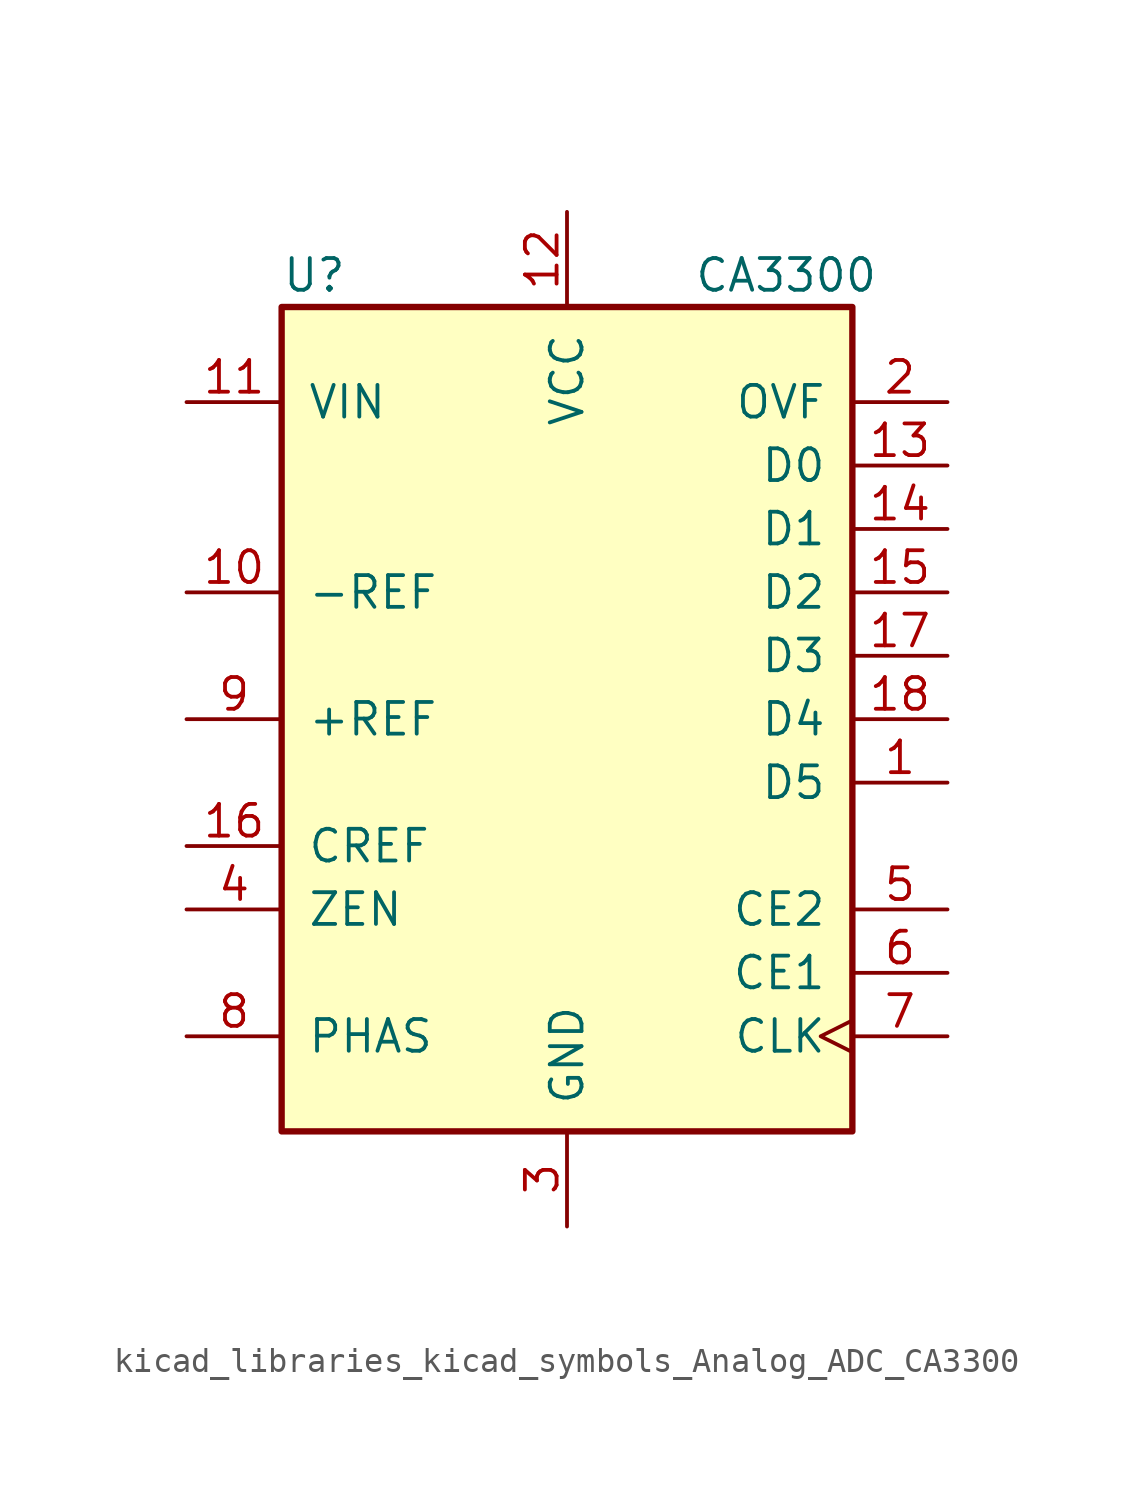
<source format=kicad_sym>
(kicad_symbol_lib
  (version 20220914)
  (generator kicad_symbol_editor)
  (symbol "kicad_libraries_kicad_symbols_Analog_ADC_CA3300"
    (pin_names
      (offset 1.016))
    (property "Reference" "U"
      (at -11.43 17.78 0)
      (effects (font (size 1.27 1.27)) (justify left)))
    (property "Value" "CA3300"
      (at 5.08 17.78 0)
      (effects (font (size 1.27 1.27)) (justify left)))
    (symbol "kicad_libraries_kicad_symbols_Analog_ADC_CA3300_0_1"
      (rectangle (start -11.43 -16.51) (end 11.43 16.51) (stroke (width 0.254) (type default)) (fill (type background))))
    (symbol "kicad_libraries_kicad_symbols_Analog_ADC_CA3300_1_1"
      (pin tri_state line (at 15.24 -2.54 180) (length 3.81) (name "D5" (effects (font (size 1.27 1.27)))) (number "1" (effects (font (size 1.27 1.27)))))
      (pin input line (at -15.24 5.08 0) (length 3.81) (name "-REF" (effects (font (size 1.27 1.27)))) (number "10" (effects (font (size 1.27 1.27)))))
      (pin input line (at -15.24 12.7 0) (length 3.81) (name "VIN" (effects (font (size 1.27 1.27)))) (number "11" (effects (font (size 1.27 1.27)))))
      (pin power_in line (at 0 20.32 270) (length 3.81) (name "VCC" (effects (font (size 1.27 1.27)))) (number "12" (effects (font (size 1.27 1.27)))))
      (pin tri_state line (at 15.24 10.16 180) (length 3.81) (name "D0" (effects (font (size 1.27 1.27)))) (number "13" (effects (font (size 1.27 1.27)))))
      (pin tri_state line (at 15.24 7.62 180) (length 3.81) (name "D1" (effects (font (size 1.27 1.27)))) (number "14" (effects (font (size 1.27 1.27)))))
      (pin tri_state line (at 15.24 5.08 180) (length 3.81) (name "D2" (effects (font (size 1.27 1.27)))) (number "15" (effects (font (size 1.27 1.27)))))
      (pin input line (at -15.24 -5.08 0) (length 3.81) (name "CREF" (effects (font (size 1.27 1.27)))) (number "16" (effects (font (size 1.27 1.27)))))
      (pin tri_state line (at 15.24 2.54 180) (length 3.81) (name "D3" (effects (font (size 1.27 1.27)))) (number "17" (effects (font (size 1.27 1.27)))))
      (pin tri_state line (at 15.24 0 180) (length 3.81) (name "D4" (effects (font (size 1.27 1.27)))) (number "18" (effects (font (size 1.27 1.27)))))
      (pin tri_state line (at 15.24 12.7 180) (length 3.81) (name "OVF" (effects (font (size 1.27 1.27)))) (number "2" (effects (font (size 1.27 1.27)))))
      (pin power_in line (at 0 -20.32 90) (length 3.81) (name "GND" (effects (font (size 1.27 1.27)))) (number "3" (effects (font (size 1.27 1.27)))))
      (pin input line (at -15.24 -7.62 0) (length 3.81) (name "ZEN" (effects (font (size 1.27 1.27)))) (number "4" (effects (font (size 1.27 1.27)))))
      (pin input line (at 15.24 -7.62 180) (length 3.81) (name "CE2" (effects (font (size 1.27 1.27)))) (number "5" (effects (font (size 1.27 1.27)))))
      (pin input line (at 15.24 -10.16 180) (length 3.81) (name "CE1" (effects (font (size 1.27 1.27)))) (number "6" (effects (font (size 1.27 1.27)))))
      (pin input clock (at 15.24 -12.7 180) (length 3.81) (name "CLK" (effects (font (size 1.27 1.27)))) (number "7" (effects (font (size 1.27 1.27)))))
      (pin input line (at -15.24 -12.7 0) (length 3.81) (name "PHAS" (effects (font (size 1.27 1.27)))) (number "8" (effects (font (size 1.27 1.27)))))
      (pin input line (at -15.24 0 0) (length 3.81) (name "+REF" (effects (font (size 1.27 1.27)))) (number "9" (effects (font (size 1.27 1.27))))))))
</source>
